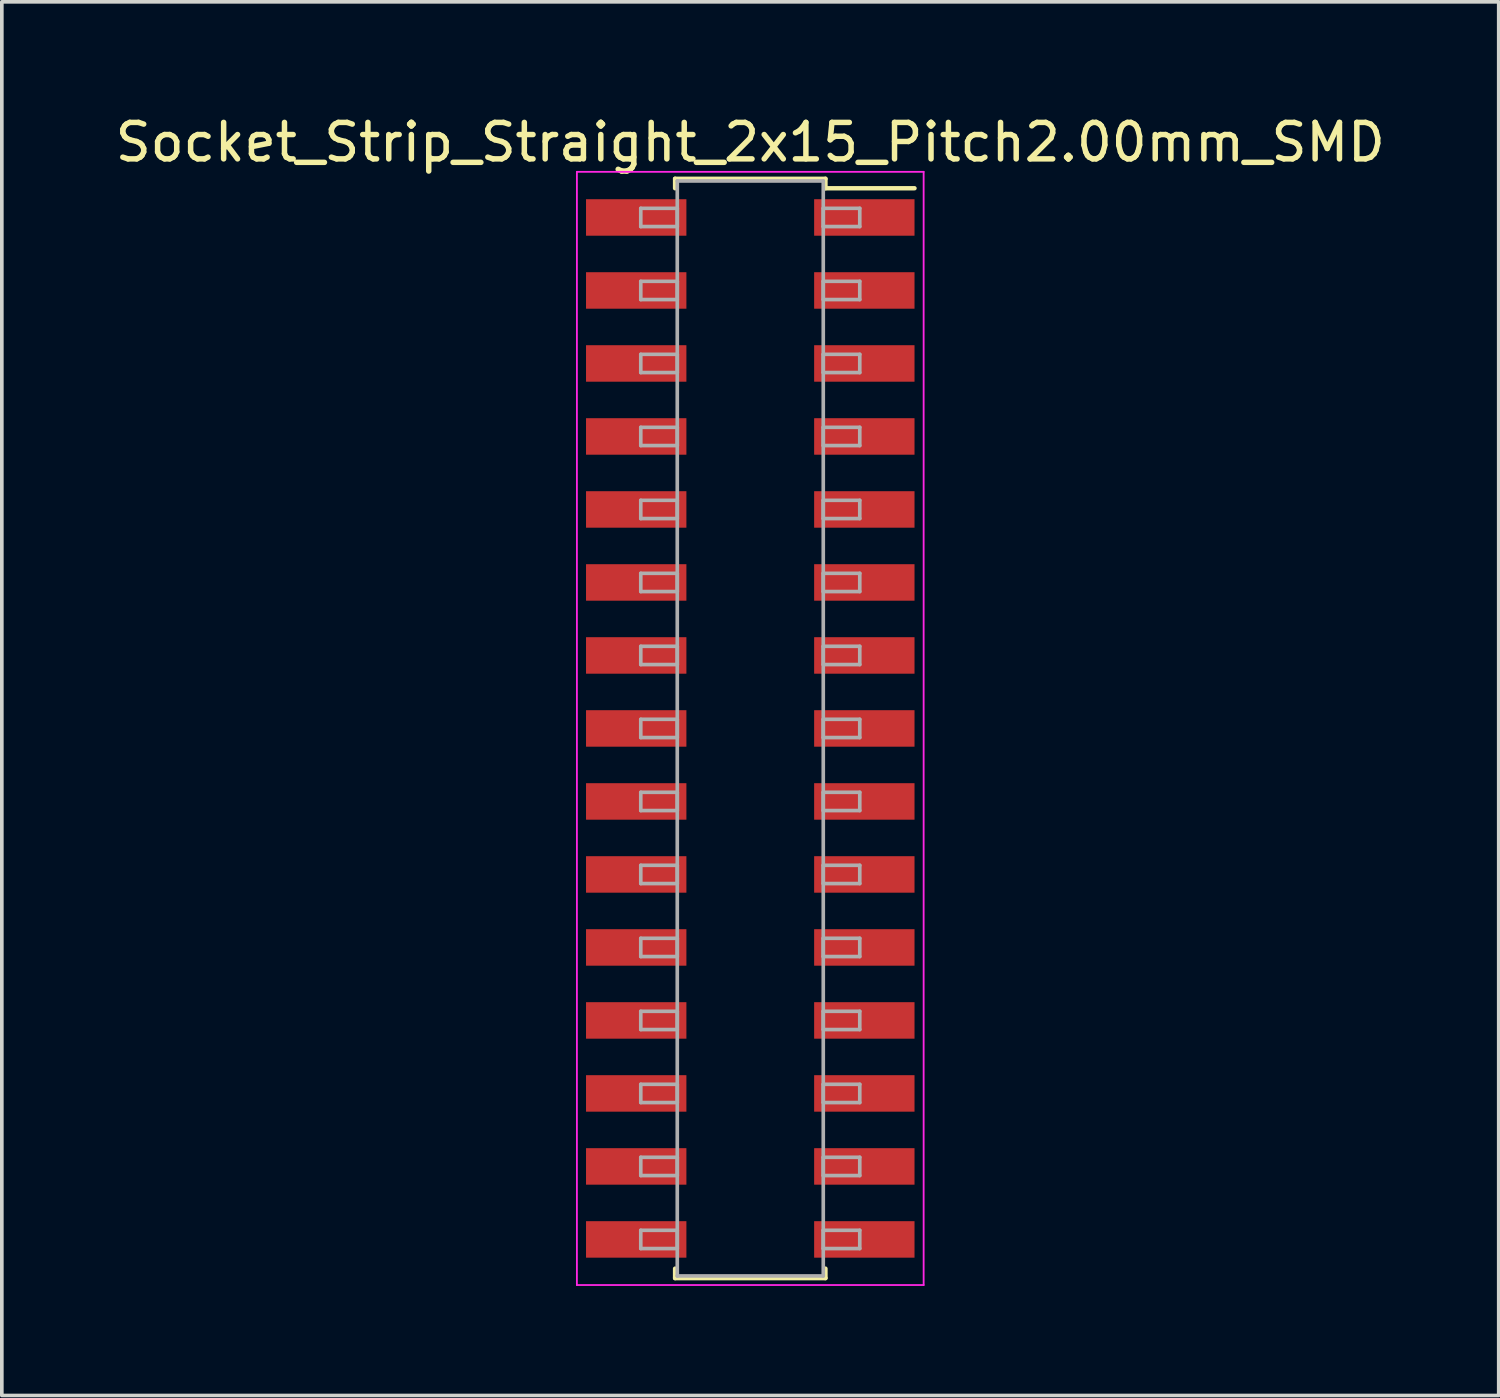
<source format=kicad_pcb>
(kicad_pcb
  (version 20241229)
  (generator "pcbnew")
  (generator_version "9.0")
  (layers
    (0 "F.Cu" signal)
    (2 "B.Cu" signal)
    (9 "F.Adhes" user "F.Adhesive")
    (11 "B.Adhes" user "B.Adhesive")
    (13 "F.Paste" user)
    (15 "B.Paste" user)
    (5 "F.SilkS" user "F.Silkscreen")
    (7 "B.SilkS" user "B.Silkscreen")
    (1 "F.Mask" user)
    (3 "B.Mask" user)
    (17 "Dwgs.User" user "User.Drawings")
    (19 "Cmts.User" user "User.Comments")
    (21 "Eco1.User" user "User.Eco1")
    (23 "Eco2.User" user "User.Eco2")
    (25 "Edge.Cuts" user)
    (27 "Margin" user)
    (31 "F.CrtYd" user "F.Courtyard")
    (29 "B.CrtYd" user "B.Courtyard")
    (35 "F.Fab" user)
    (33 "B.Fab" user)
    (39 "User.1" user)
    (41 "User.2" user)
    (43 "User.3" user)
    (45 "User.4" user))
  (footprint "Socket_Strip_Straight_2x15_Pitch2.00mm_SMD"
    (layer "F.Cu")
    (at 17.506 16.908)
    (property "Reference" "Socket_Strip_Straight_2x15_Pitch2.00mm_SMD" (at 0 -16.06 0) (layer "F.SilkS") (effects (font (size 1 1) (thickness 0.15))))
    (attr smd)
    (fp_line (start -2.06 -15.06) (end 2.06 -15.06) (stroke (width 0.12) (type solid)) (layer "F.SilkS"))
    (fp_line (start -2.06 -14.8) (end -2.06 -15.06) (stroke (width 0.12) (type solid)) (layer "F.SilkS"))
    (fp_line (start -2.06 14.8) (end -2.06 15.06) (stroke (width 0.12) (type solid)) (layer "F.SilkS"))
    (fp_line (start -2.06 15.06) (end 2.06 15.06) (stroke (width 0.12) (type solid)) (layer "F.SilkS"))
    (fp_line (start 2.06 -15.06) (end 2.06 -14.8) (stroke (width 0.12) (type solid)) (layer "F.SilkS"))
    (fp_line (start 2.06 15.06) (end 2.06 14.8) (stroke (width 0.12) (type solid)) (layer "F.SilkS"))
    (fp_line (start 4.5 -14.8) (end 2.06 -14.8) (stroke (width 0.12) (type solid)) (layer "F.SilkS"))
    (fp_line (start -4.75 -15.25) (end -4.75 15.25) (stroke (width 0.05) (type solid)) (layer "F.CrtYd"))
    (fp_line (start -4.75 15.25) (end 4.75 15.25) (stroke (width 0.05) (type solid)) (layer "F.CrtYd"))
    (fp_line (start 4.75 -15.25) (end -4.75 -15.25) (stroke (width 0.05) (type solid)) (layer "F.CrtYd"))
    (fp_line (start 4.75 15.25) (end 4.75 -15.25) (stroke (width 0.05) (type solid)) (layer "F.CrtYd"))
    (fp_line (start -3 -14.25) (end -2 -14.25) (stroke (width 0.1) (type solid)) (layer "F.Fab"))
    (fp_line (start -3 -13.75) (end -3 -14.25) (stroke (width 0.1) (type solid)) (layer "F.Fab"))
    (fp_line (start -3 -12.25) (end -2 -12.25) (stroke (width 0.1) (type solid)) (layer "F.Fab"))
    (fp_line (start -3 -11.75) (end -3 -12.25) (stroke (width 0.1) (type solid)) (layer "F.Fab"))
    (fp_line (start -3 -10.25) (end -2 -10.25) (stroke (width 0.1) (type solid)) (layer "F.Fab"))
    (fp_line (start -3 -9.75) (end -3 -10.25) (stroke (width 0.1) (type solid)) (layer "F.Fab"))
    (fp_line (start -3 -8.25) (end -2 -8.25) (stroke (width 0.1) (type solid)) (layer "F.Fab"))
    (fp_line (start -3 -7.75) (end -3 -8.25) (stroke (width 0.1) (type solid)) (layer "F.Fab"))
    (fp_line (start -3 -6.25) (end -2 -6.25) (stroke (width 0.1) (type solid)) (layer "F.Fab"))
    (fp_line (start -3 -5.75) (end -3 -6.25) (stroke (width 0.1) (type solid)) (layer "F.Fab"))
    (fp_line (start -3 -4.25) (end -2 -4.25) (stroke (width 0.1) (type solid)) (layer "F.Fab"))
    (fp_line (start -3 -3.75) (end -3 -4.25) (stroke (width 0.1) (type solid)) (layer "F.Fab"))
    (fp_line (start -3 -2.25) (end -2 -2.25) (stroke (width 0.1) (type solid)) (layer "F.Fab"))
    (fp_line (start -3 -1.75) (end -3 -2.25) (stroke (width 0.1) (type solid)) (layer "F.Fab"))
    (fp_line (start -3 -0.25) (end -2 -0.25) (stroke (width 0.1) (type solid)) (layer "F.Fab"))
    (fp_line (start -3 0.25) (end -3 -0.25) (stroke (width 0.1) (type solid)) (layer "F.Fab"))
    (fp_line (start -3 1.75) (end -2 1.75) (stroke (width 0.1) (type solid)) (layer "F.Fab"))
    (fp_line (start -3 2.25) (end -3 1.75) (stroke (width 0.1) (type solid)) (layer "F.Fab"))
    (fp_line (start -3 3.75) (end -2 3.75) (stroke (width 0.1) (type solid)) (layer "F.Fab"))
    (fp_line (start -3 4.25) (end -3 3.75) (stroke (width 0.1) (type solid)) (layer "F.Fab"))
    (fp_line (start -3 5.75) (end -2 5.75) (stroke (width 0.1) (type solid)) (layer "F.Fab"))
    (fp_line (start -3 6.25) (end -3 5.75) (stroke (width 0.1) (type solid)) (layer "F.Fab"))
    (fp_line (start -3 7.75) (end -2 7.75) (stroke (width 0.1) (type solid)) (layer "F.Fab"))
    (fp_line (start -3 8.25) (end -3 7.75) (stroke (width 0.1) (type solid)) (layer "F.Fab"))
    (fp_line (start -3 9.75) (end -2 9.75) (stroke (width 0.1) (type solid)) (layer "F.Fab"))
    (fp_line (start -3 10.25) (end -3 9.75) (stroke (width 0.1) (type solid)) (layer "F.Fab"))
    (fp_line (start -3 11.75) (end -2 11.75) (stroke (width 0.1) (type solid)) (layer "F.Fab"))
    (fp_line (start -3 12.25) (end -3 11.75) (stroke (width 0.1) (type solid)) (layer "F.Fab"))
    (fp_line (start -3 13.75) (end -2 13.75) (stroke (width 0.1) (type solid)) (layer "F.Fab"))
    (fp_line (start -3 14.25) (end -3 13.75) (stroke (width 0.1) (type solid)) (layer "F.Fab"))
    (fp_line (start -2 -15) (end -2 15) (stroke (width 0.1) (type solid)) (layer "F.Fab"))
    (fp_line (start -2 -14.25) (end -2 -13.75) (stroke (width 0.1) (type solid)) (layer "F.Fab"))
    (fp_line (start -2 -13.75) (end -3 -13.75) (stroke (width 0.1) (type solid)) (layer "F.Fab"))
    (fp_line (start -2 -12.25) (end -2 -11.75) (stroke (width 0.1) (type solid)) (layer "F.Fab"))
    (fp_line (start -2 -11.75) (end -3 -11.75) (stroke (width 0.1) (type solid)) (layer "F.Fab"))
    (fp_line (start -2 -10.25) (end -2 -9.75) (stroke (width 0.1) (type solid)) (layer "F.Fab"))
    (fp_line (start -2 -9.75) (end -3 -9.75) (stroke (width 0.1) (type solid)) (layer "F.Fab"))
    (fp_line (start -2 -8.25) (end -2 -7.75) (stroke (width 0.1) (type solid)) (layer "F.Fab"))
    (fp_line (start -2 -7.75) (end -3 -7.75) (stroke (width 0.1) (type solid)) (layer "F.Fab"))
    (fp_line (start -2 -6.25) (end -2 -5.75) (stroke (width 0.1) (type solid)) (layer "F.Fab"))
    (fp_line (start -2 -5.75) (end -3 -5.75) (stroke (width 0.1) (type solid)) (layer "F.Fab"))
    (fp_line (start -2 -4.25) (end -2 -3.75) (stroke (width 0.1) (type solid)) (layer "F.Fab"))
    (fp_line (start -2 -3.75) (end -3 -3.75) (stroke (width 0.1) (type solid)) (layer "F.Fab"))
    (fp_line (start -2 -2.25) (end -2 -1.75) (stroke (width 0.1) (type solid)) (layer "F.Fab"))
    (fp_line (start -2 -1.75) (end -3 -1.75) (stroke (width 0.1) (type solid)) (layer "F.Fab"))
    (fp_line (start -2 -0.25) (end -2 0.25) (stroke (width 0.1) (type solid)) (layer "F.Fab"))
    (fp_line (start -2 0.25) (end -3 0.25) (stroke (width 0.1) (type solid)) (layer "F.Fab"))
    (fp_line (start -2 1.75) (end -2 2.25) (stroke (width 0.1) (type solid)) (layer "F.Fab"))
    (fp_line (start -2 2.25) (end -3 2.25) (stroke (width 0.1) (type solid)) (layer "F.Fab"))
    (fp_line (start -2 3.75) (end -2 4.25) (stroke (width 0.1) (type solid)) (layer "F.Fab"))
    (fp_line (start -2 4.25) (end -3 4.25) (stroke (width 0.1) (type solid)) (layer "F.Fab"))
    (fp_line (start -2 5.75) (end -2 6.25) (stroke (width 0.1) (type solid)) (layer "F.Fab"))
    (fp_line (start -2 6.25) (end -3 6.25) (stroke (width 0.1) (type solid)) (layer "F.Fab"))
    (fp_line (start -2 7.75) (end -2 8.25) (stroke (width 0.1) (type solid)) (layer "F.Fab"))
    (fp_line (start -2 8.25) (end -3 8.25) (stroke (width 0.1) (type solid)) (layer "F.Fab"))
    (fp_line (start -2 9.75) (end -2 10.25) (stroke (width 0.1) (type solid)) (layer "F.Fab"))
    (fp_line (start -2 10.25) (end -3 10.25) (stroke (width 0.1) (type solid)) (layer "F.Fab"))
    (fp_line (start -2 11.75) (end -2 12.25) (stroke (width 0.1) (type solid)) (layer "F.Fab"))
    (fp_line (start -2 12.25) (end -3 12.25) (stroke (width 0.1) (type solid)) (layer "F.Fab"))
    (fp_line (start -2 13.75) (end -2 14.25) (stroke (width 0.1) (type solid)) (layer "F.Fab"))
    (fp_line (start -2 14.25) (end -3 14.25) (stroke (width 0.1) (type solid)) (layer "F.Fab"))
    (fp_line (start -2 15) (end 2 15) (stroke (width 0.1) (type solid)) (layer "F.Fab"))
    (fp_line (start 2 -15) (end -2 -15) (stroke (width 0.1) (type solid)) (layer "F.Fab"))
    (fp_line (start 2 -14.25) (end 2 -13.75) (stroke (width 0.1) (type solid)) (layer "F.Fab"))
    (fp_line (start 2 -13.75) (end 3 -13.75) (stroke (width 0.1) (type solid)) (layer "F.Fab"))
    (fp_line (start 2 -12.25) (end 2 -11.75) (stroke (width 0.1) (type solid)) (layer "F.Fab"))
    (fp_line (start 2 -11.75) (end 3 -11.75) (stroke (width 0.1) (type solid)) (layer "F.Fab"))
    (fp_line (start 2 -10.25) (end 2 -9.75) (stroke (width 0.1) (type solid)) (layer "F.Fab"))
    (fp_line (start 2 -9.75) (end 3 -9.75) (stroke (width 0.1) (type solid)) (layer "F.Fab"))
    (fp_line (start 2 -8.25) (end 2 -7.75) (stroke (width 0.1) (type solid)) (layer "F.Fab"))
    (fp_line (start 2 -7.75) (end 3 -7.75) (stroke (width 0.1) (type solid)) (layer "F.Fab"))
    (fp_line (start 2 -6.25) (end 2 -5.75) (stroke (width 0.1) (type solid)) (layer "F.Fab"))
    (fp_line (start 2 -5.75) (end 3 -5.75) (stroke (width 0.1) (type solid)) (layer "F.Fab"))
    (fp_line (start 2 -4.25) (end 2 -3.75) (stroke (width 0.1) (type solid)) (layer "F.Fab"))
    (fp_line (start 2 -3.75) (end 3 -3.75) (stroke (width 0.1) (type solid)) (layer "F.Fab"))
    (fp_line (start 2 -2.25) (end 2 -1.75) (stroke (width 0.1) (type solid)) (layer "F.Fab"))
    (fp_line (start 2 -1.75) (end 3 -1.75) (stroke (width 0.1) (type solid)) (layer "F.Fab"))
    (fp_line (start 2 -0.25) (end 2 0.25) (stroke (width 0.1) (type solid)) (layer "F.Fab"))
    (fp_line (start 2 0.25) (end 3 0.25) (stroke (width 0.1) (type solid)) (layer "F.Fab"))
    (fp_line (start 2 1.75) (end 2 2.25) (stroke (width 0.1) (type solid)) (layer "F.Fab"))
    (fp_line (start 2 2.25) (end 3 2.25) (stroke (width 0.1) (type solid)) (layer "F.Fab"))
    (fp_line (start 2 3.75) (end 2 4.25) (stroke (width 0.1) (type solid)) (layer "F.Fab"))
    (fp_line (start 2 4.25) (end 3 4.25) (stroke (width 0.1) (type solid)) (layer "F.Fab"))
    (fp_line (start 2 5.75) (end 2 6.25) (stroke (width 0.1) (type solid)) (layer "F.Fab"))
    (fp_line (start 2 6.25) (end 3 6.25) (stroke (width 0.1) (type solid)) (layer "F.Fab"))
    (fp_line (start 2 7.75) (end 2 8.25) (stroke (width 0.1) (type solid)) (layer "F.Fab"))
    (fp_line (start 2 8.25) (end 3 8.25) (stroke (width 0.1) (type solid)) (layer "F.Fab"))
    (fp_line (start 2 9.75) (end 2 10.25) (stroke (width 0.1) (type solid)) (layer "F.Fab"))
    (fp_line (start 2 10.25) (end 3 10.25) (stroke (width 0.1) (type solid)) (layer "F.Fab"))
    (fp_line (start 2 11.75) (end 2 12.25) (stroke (width 0.1) (type solid)) (layer "F.Fab"))
    (fp_line (start 2 12.25) (end 3 12.25) (stroke (width 0.1) (type solid)) (layer "F.Fab"))
    (fp_line (start 2 13.75) (end 2 14.25) (stroke (width 0.1) (type solid)) (layer "F.Fab"))
    (fp_line (start 2 14.25) (end 3 14.25) (stroke (width 0.1) (type solid)) (layer "F.Fab"))
    (fp_line (start 2 15) (end 2 -15) (stroke (width 0.1) (type solid)) (layer "F.Fab"))
    (fp_line (start 3 -14.25) (end 2 -14.25) (stroke (width 0.1) (type solid)) (layer "F.Fab"))
    (fp_line (start 3 -13.75) (end 3 -14.25) (stroke (width 0.1) (type solid)) (layer "F.Fab"))
    (fp_line (start 3 -12.25) (end 2 -12.25) (stroke (width 0.1) (type solid)) (layer "F.Fab"))
    (fp_line (start 3 -11.75) (end 3 -12.25) (stroke (width 0.1) (type solid)) (layer "F.Fab"))
    (fp_line (start 3 -10.25) (end 2 -10.25) (stroke (width 0.1) (type solid)) (layer "F.Fab"))
    (fp_line (start 3 -9.75) (end 3 -10.25) (stroke (width 0.1) (type solid)) (layer "F.Fab"))
    (fp_line (start 3 -8.25) (end 2 -8.25) (stroke (width 0.1) (type solid)) (layer "F.Fab"))
    (fp_line (start 3 -7.75) (end 3 -8.25) (stroke (width 0.1) (type solid)) (layer "F.Fab"))
    (fp_line (start 3 -6.25) (end 2 -6.25) (stroke (width 0.1) (type solid)) (layer "F.Fab"))
    (fp_line (start 3 -5.75) (end 3 -6.25) (stroke (width 0.1) (type solid)) (layer "F.Fab"))
    (fp_line (start 3 -4.25) (end 2 -4.25) (stroke (width 0.1) (type solid)) (layer "F.Fab"))
    (fp_line (start 3 -3.75) (end 3 -4.25) (stroke (width 0.1) (type solid)) (layer "F.Fab"))
    (fp_line (start 3 -2.25) (end 2 -2.25) (stroke (width 0.1) (type solid)) (layer "F.Fab"))
    (fp_line (start 3 -1.75) (end 3 -2.25) (stroke (width 0.1) (type solid)) (layer "F.Fab"))
    (fp_line (start 3 -0.25) (end 2 -0.25) (stroke (width 0.1) (type solid)) (layer "F.Fab"))
    (fp_line (start 3 0.25) (end 3 -0.25) (stroke (width 0.1) (type solid)) (layer "F.Fab"))
    (fp_line (start 3 1.75) (end 2 1.75) (stroke (width 0.1) (type solid)) (layer "F.Fab"))
    (fp_line (start 3 2.25) (end 3 1.75) (stroke (width 0.1) (type solid)) (layer "F.Fab"))
    (fp_line (start 3 3.75) (end 2 3.75) (stroke (width 0.1) (type solid)) (layer "F.Fab"))
    (fp_line (start 3 4.25) (end 3 3.75) (stroke (width 0.1) (type solid)) (layer "F.Fab"))
    (fp_line (start 3 5.75) (end 2 5.75) (stroke (width 0.1) (type solid)) (layer "F.Fab"))
    (fp_line (start 3 6.25) (end 3 5.75) (stroke (width 0.1) (type solid)) (layer "F.Fab"))
    (fp_line (start 3 7.75) (end 2 7.75) (stroke (width 0.1) (type solid)) (layer "F.Fab"))
    (fp_line (start 3 8.25) (end 3 7.75) (stroke (width 0.1) (type solid)) (layer "F.Fab"))
    (fp_line (start 3 9.75) (end 2 9.75) (stroke (width 0.1) (type solid)) (layer "F.Fab"))
    (fp_line (start 3 10.25) (end 3 9.75) (stroke (width 0.1) (type solid)) (layer "F.Fab"))
    (fp_line (start 3 11.75) (end 2 11.75) (stroke (width 0.1) (type solid)) (layer "F.Fab"))
    (fp_line (start 3 12.25) (end 3 11.75) (stroke (width 0.1) (type solid)) (layer "F.Fab"))
    (fp_line (start 3 13.75) (end 2 13.75) (stroke (width 0.1) (type solid)) (layer "F.Fab"))
    (fp_line (start 3 14.25) (end 3 13.75) (stroke (width 0.1) (type solid)) (layer "F.Fab"))
    (pad "1" smd rect (at 3.125 -14) (size 2.75 1) (layers "F.Cu" "F.Mask"))
    (pad "2" smd rect (at -3.125 -14) (size 2.75 1) (layers "F.Cu" "F.Mask"))
    (pad "3" smd rect (at 3.125 -12) (size 2.75 1) (layers "F.Cu" "F.Mask"))
    (pad "4" smd rect (at -3.125 -12) (size 2.75 1) (layers "F.Cu" "F.Mask"))
    (pad "5" smd rect (at 3.125 -10) (size 2.75 1) (layers "F.Cu" "F.Mask"))
    (pad "6" smd rect (at -3.125 -10) (size 2.75 1) (layers "F.Cu" "F.Mask"))
    (pad "7" smd rect (at 3.125 -8) (size 2.75 1) (layers "F.Cu" "F.Mask"))
    (pad "8" smd rect (at -3.125 -8) (size 2.75 1) (layers "F.Cu" "F.Mask"))
    (pad "9" smd rect (at 3.125 -6) (size 2.75 1) (layers "F.Cu" "F.Mask"))
    (pad "10" smd rect (at -3.125 -6) (size 2.75 1) (layers "F.Cu" "F.Mask"))
    (pad "11" smd rect (at 3.125 -4) (size 2.75 1) (layers "F.Cu" "F.Mask"))
    (pad "12" smd rect (at -3.125 -4) (size 2.75 1) (layers "F.Cu" "F.Mask"))
    (pad "13" smd rect (at 3.125 -2) (size 2.75 1) (layers "F.Cu" "F.Mask"))
    (pad "14" smd rect (at -3.125 -2) (size 2.75 1) (layers "F.Cu" "F.Mask"))
    (pad "15" smd rect (at 3.125 0) (size 2.75 1) (layers "F.Cu" "F.Mask"))
    (pad "16" smd rect (at -3.125 0) (size 2.75 1) (layers "F.Cu" "F.Mask"))
    (pad "17" smd rect (at 3.125 2) (size 2.75 1) (layers "F.Cu" "F.Mask"))
    (pad "18" smd rect (at -3.125 2) (size 2.75 1) (layers "F.Cu" "F.Mask"))
    (pad "19" smd rect (at 3.125 4) (size 2.75 1) (layers "F.Cu" "F.Mask"))
    (pad "20" smd rect (at -3.125 4) (size 2.75 1) (layers "F.Cu" "F.Mask"))
    (pad "21" smd rect (at 3.125 6) (size 2.75 1) (layers "F.Cu" "F.Mask"))
    (pad "22" smd rect (at -3.125 6) (size 2.75 1) (layers "F.Cu" "F.Mask"))
    (pad "23" smd rect (at 3.125 8) (size 2.75 1) (layers "F.Cu" "F.Mask"))
    (pad "24" smd rect (at -3.125 8) (size 2.75 1) (layers "F.Cu" "F.Mask"))
    (pad "25" smd rect (at 3.125 10) (size 2.75 1) (layers "F.Cu" "F.Mask"))
    (pad "26" smd rect (at -3.125 10) (size 2.75 1) (layers "F.Cu" "F.Mask"))
    (pad "27" smd rect (at 3.125 12) (size 2.75 1) (layers "F.Cu" "F.Mask"))
    (pad "28" smd rect (at -3.125 12) (size 2.75 1) (layers "F.Cu" "F.Mask"))
    (pad "29" smd rect (at 3.125 14) (size 2.75 1) (layers "F.Cu" "F.Mask"))
    (pad "30" smd rect (at -3.125 14) (size 2.75 1) (layers "F.Cu" "F.Mask")))
  (gr_rect
    (start -3 -3)
    (end 38.012 35.183)
    (stroke (width 0.1) (type default))
    (fill no)
    (layer "Edge.Cuts")))
</source>
